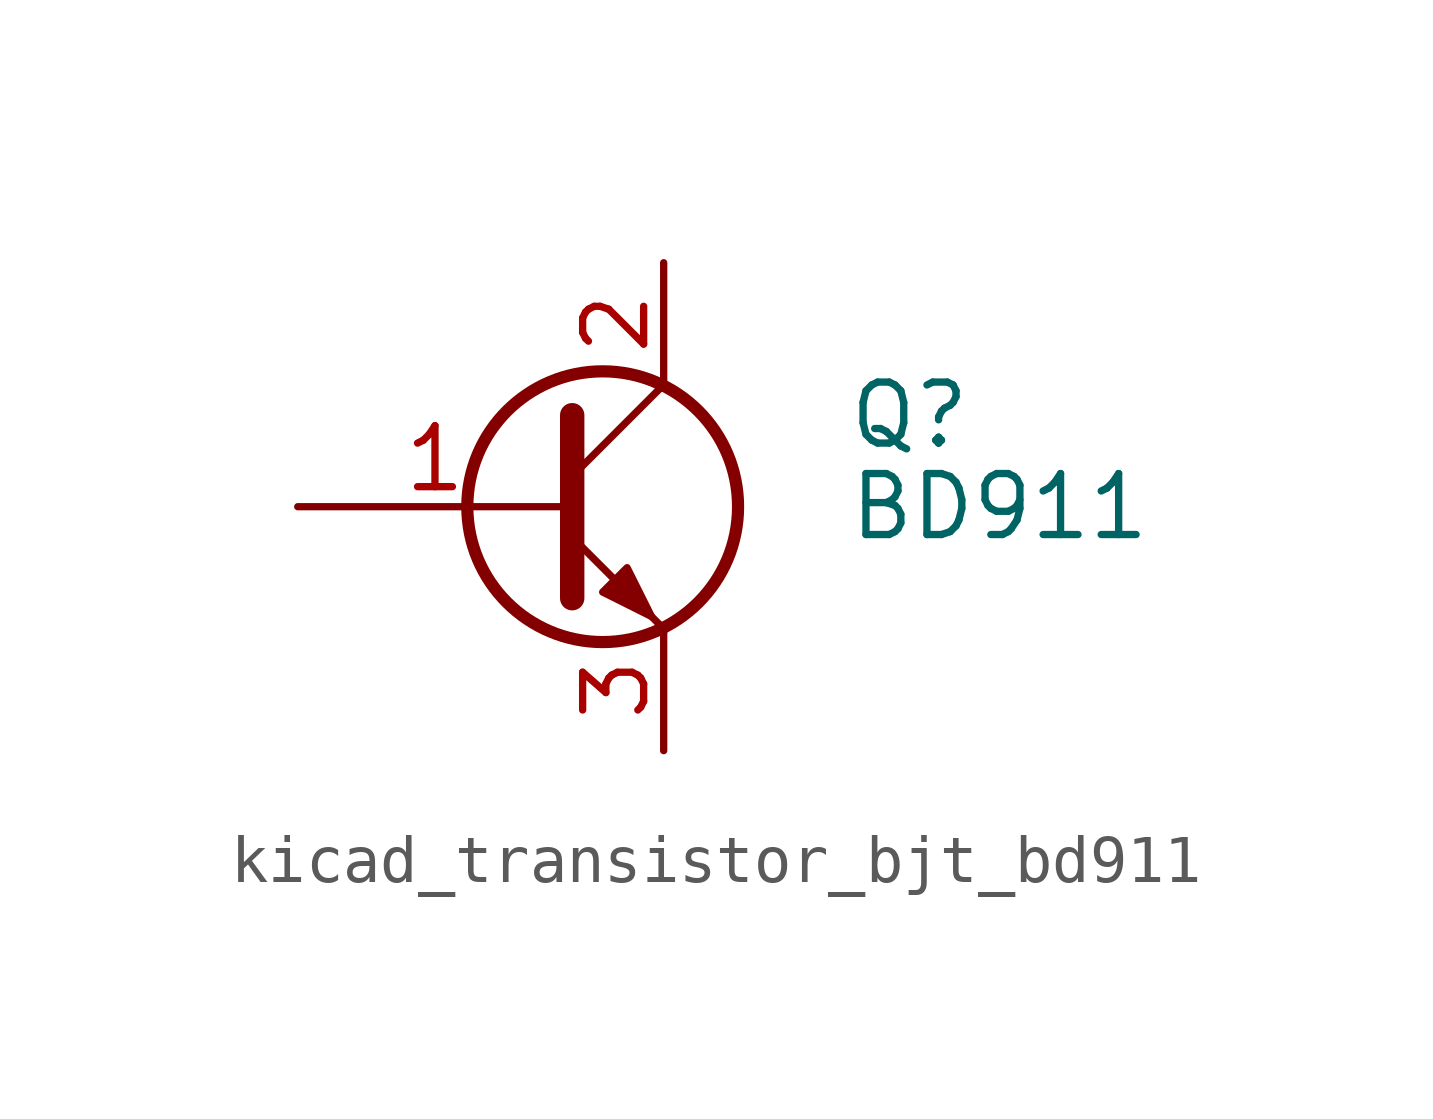
<source format=kicad_sym>
(kicad_symbol_lib
  (version 20220914)
  (generator kicad_symbol_editor)
  (symbol "kicad_transistor_bjt_bd911"
    (pin_names
      (offset 0) hide)
    (property "Reference" "Q"
      (at 6.35 1.905 0)
      (effects (font (size 1.27 1.27)) (justify left)))
    (property "Value" "BD911"
      (at 6.35 0 0)
      (effects (font (size 1.27 1.27)) (justify left)))
    (symbol "kicad_transistor_bjt_bd911_0_1"
      (polyline (pts (xy 0.635 0.635) (xy 2.54 2.54)) (stroke (width 0) (type default)) (fill (type none)))
      (polyline (pts (xy 0.635 -0.635) (xy 2.54 -2.54) (xy 2.54 -2.54)) (stroke (width 0) (type default)) (fill (type none)))
      (polyline (pts (xy 0.635 1.905) (xy 0.635 -1.905) (xy 0.635 -1.905)) (stroke (width 0.508) (type default)) (fill (type none)))
      (polyline (pts (xy 1.27 -1.778) (xy 1.778 -1.27) (xy 2.286 -2.286) (xy 1.27 -1.778) (xy 1.27 -1.778)) (stroke (width 0) (type default)) (fill (type outline)))
      (circle (center 1.27 0) (radius 2.819) (stroke (width 0.254) (type default)) (fill (type none))))
    (symbol "kicad_transistor_bjt_bd911_1_1"
      (pin input line (at -5.08 0 0) (length 5.715) (name "B" (effects (font (size 1.27 1.27)))) (number "1" (effects (font (size 1.27 1.27)))))
      (pin passive line (at 2.54 5.08 270) (length 2.54) (name "C" (effects (font (size 1.27 1.27)))) (number "2" (effects (font (size 1.27 1.27)))))
      (pin passive line (at 2.54 -5.08 90) (length 2.54) (name "E" (effects (font (size 1.27 1.27)))) (number "3" (effects (font (size 1.27 1.27))))))))
</source>
